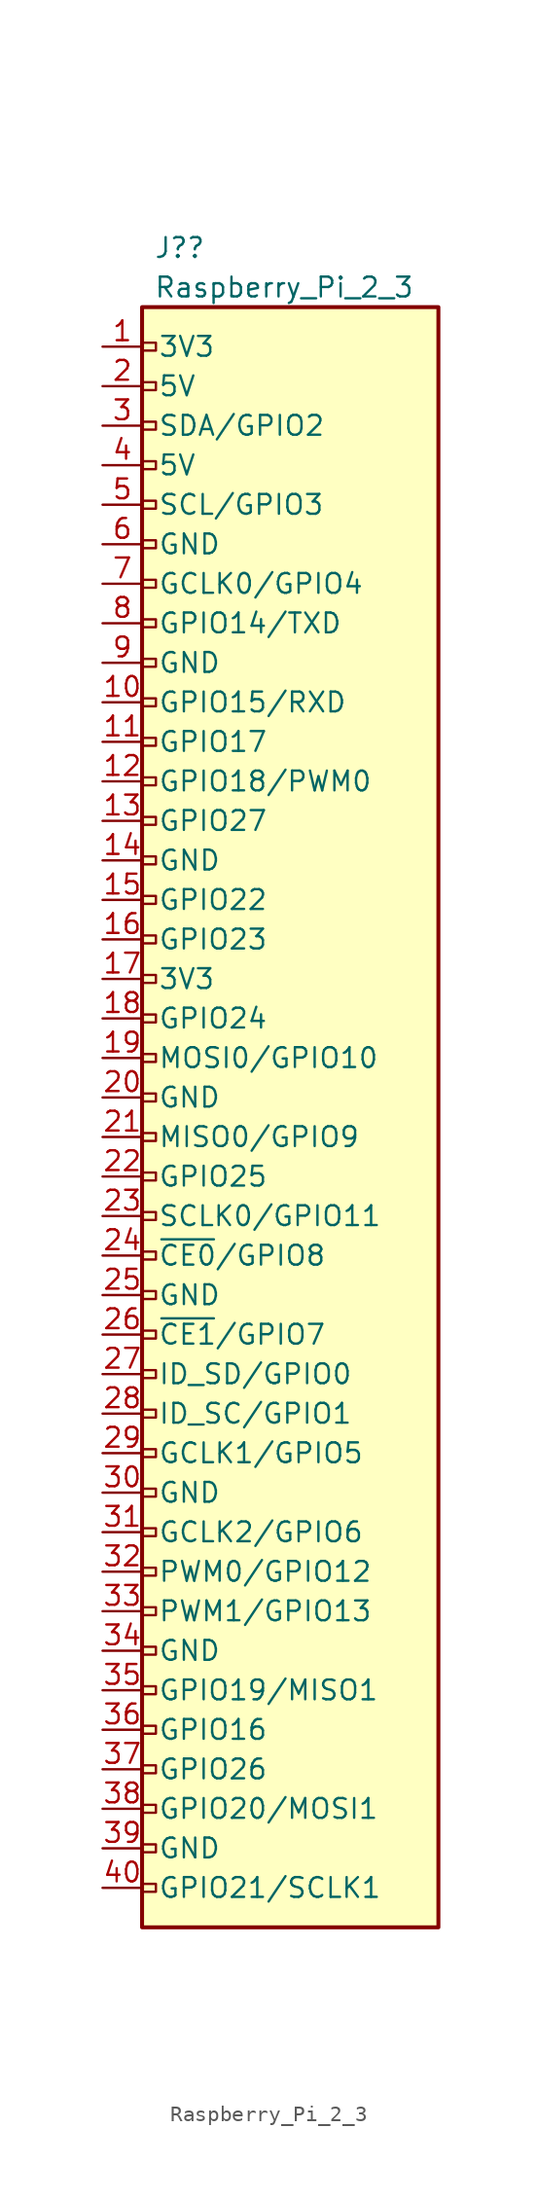
<source format=kicad_sym>
(kicad_symbol_lib
  (version 20211014)
  (generator kicad_symbol_editor)
  (symbol "Raspberry_Pi_2_3"
    (pin_names
      (offset 1.016))
    (property "Reference" "J?"
      (at -56.401 41.91 0)
      (effects (font (size 1.27 1.27)) (justify left)))
    (property "Value" "Raspberry_Pi_2_3"
      (at -56.401 39.37 0)
      (effects (font (size 1.27 1.27)) (justify left)))
    (symbol "Raspberry_Pi_2_3_0_1"
      (rectangle (start -57.15 38.1) (end -38.1 -66.04) (stroke (width 0.254) (type default) (color 0 0 0 0)) (fill (type background))))
    (symbol "Raspberry_Pi_2_3_1_1"
      (rectangle (start -57.15 -45.974) (end -56.261 -45.466) (stroke (width 0) (type default) (color 0 0 0 0)) (fill (type none)))
      (rectangle (start -57.15 -43.434) (end -56.261 -42.926) (stroke (width 0) (type default) (color 0 0 0 0)) (fill (type none)))
      (rectangle (start -57.15 -40.894) (end -56.261 -40.386) (stroke (width 0) (type default) (color 0 0 0 0)) (fill (type none)))
      (rectangle (start -57.15 -35.814) (end -56.261 -35.306) (stroke (width 0) (type default) (color 0 0 0 0)) (fill (type none)))
      (rectangle (start -57.15 -33.274) (end -56.261 -32.766) (stroke (width 0) (type default) (color 0 0 0 0)) (fill (type none)))
      (rectangle (start -57.15 -30.734) (end -56.261 -30.226) (stroke (width 0) (type default) (color 0 0 0 0)) (fill (type none)))
      (rectangle (start -57.15 -28.194) (end -56.261 -27.686) (stroke (width 0) (type default) (color 0 0 0 0)) (fill (type none)))
      (rectangle (start -57.15 -23.114) (end -56.261 -22.606) (stroke (width 0) (type default) (color 0 0 0 0)) (fill (type none)))
      (rectangle (start -57.15 -20.574) (end -56.261 -20.066) (stroke (width 0) (type default) (color 0 0 0 0)) (fill (type none)))
      (rectangle (start -57.15 -15.494) (end -56.261 -14.986) (stroke (width 0) (type default) (color 0 0 0 0)) (fill (type none)))
      (rectangle (start -57.15 -10.414) (end -56.261 -9.906) (stroke (width 0) (type default) (color 0 0 0 0)) (fill (type none)))
      (rectangle (start -57.15 -5.334) (end -56.261 -4.826) (stroke (width 0) (type default) (color 0 0 0 0)) (fill (type none)))
      (rectangle (start -57.15 20.066) (end -56.261 20.574) (stroke (width 0) (type default) (color 0 0 0 0)) (fill (type none)))
      (rectangle (start -57.15 25.146) (end -56.261 25.654) (stroke (width 0) (type default) (color 0 0 0 0)) (fill (type none)))
      (rectangle (start -57.15 27.686) (end -56.261 28.194) (stroke (width 0) (type default) (color 0 0 0 0)) (fill (type none)))
      (rectangle (start -57.15 30.226) (end -56.261 30.734) (stroke (width 0) (type default) (color 0 0 0 0)) (fill (type none)))
      (rectangle (start -57.15 32.766) (end -56.261 33.274) (stroke (width 0) (type default) (color 0 0 0 0)) (fill (type none)))
      (rectangle (start -57.15 35.306) (end -56.261 35.814) (stroke (width 0) (type default) (color 0 0 0 0)) (fill (type none)))
      (rectangle (start -56.261 -63.246) (end -57.15 -63.754) (stroke (width 0) (type default) (color 0 0 0 0)) (fill (type none)))
      (rectangle (start -56.261 -60.706) (end -57.15 -61.214) (stroke (width 0) (type default) (color 0 0 0 0)) (fill (type none)))
      (rectangle (start -56.261 -58.166) (end -57.15 -58.674) (stroke (width 0) (type default) (color 0 0 0 0)) (fill (type none)))
      (rectangle (start -56.261 -55.626) (end -57.15 -56.134) (stroke (width 0) (type default) (color 0 0 0 0)) (fill (type none)))
      (rectangle (start -56.261 -53.086) (end -57.15 -53.594) (stroke (width 0) (type default) (color 0 0 0 0)) (fill (type none)))
      (rectangle (start -56.261 -50.546) (end -57.15 -51.054) (stroke (width 0) (type default) (color 0 0 0 0)) (fill (type none)))
      (rectangle (start -56.261 -48.006) (end -57.15 -48.514) (stroke (width 0) (type default) (color 0 0 0 0)) (fill (type none)))
      (rectangle (start -56.261 -37.846) (end -57.15 -38.354) (stroke (width 0) (type default) (color 0 0 0 0)) (fill (type none)))
      (rectangle (start -56.261 -25.146) (end -57.15 -25.654) (stroke (width 0) (type default) (color 0 0 0 0)) (fill (type none)))
      (rectangle (start -56.261 -17.526) (end -57.15 -18.034) (stroke (width 0) (type default) (color 0 0 0 0)) (fill (type none)))
      (rectangle (start -56.261 -12.446) (end -57.15 -12.954) (stroke (width 0) (type default) (color 0 0 0 0)) (fill (type none)))
      (rectangle (start -56.261 -7.366) (end -57.15 -7.874) (stroke (width 0) (type default) (color 0 0 0 0)) (fill (type none)))
      (rectangle (start -56.261 -2.286) (end -57.15 -2.794) (stroke (width 0) (type default) (color 0 0 0 0)) (fill (type none)))
      (rectangle (start -56.261 0.254) (end -57.15 -0.254) (stroke (width 0) (type default) (color 0 0 0 0)) (fill (type none)))
      (rectangle (start -56.261 2.794) (end -57.15 2.286) (stroke (width 0) (type default) (color 0 0 0 0)) (fill (type none)))
      (rectangle (start -56.261 5.334) (end -57.15 4.826) (stroke (width 0) (type default) (color 0 0 0 0)) (fill (type none)))
      (rectangle (start -56.261 7.874) (end -57.15 7.366) (stroke (width 0) (type default) (color 0 0 0 0)) (fill (type none)))
      (rectangle (start -56.261 10.414) (end -57.15 9.906) (stroke (width 0) (type default) (color 0 0 0 0)) (fill (type none)))
      (rectangle (start -56.261 12.954) (end -57.15 12.446) (stroke (width 0) (type default) (color 0 0 0 0)) (fill (type none)))
      (rectangle (start -56.261 15.494) (end -57.15 14.986) (stroke (width 0) (type default) (color 0 0 0 0)) (fill (type none)))
      (rectangle (start -56.261 18.034) (end -57.15 17.526) (stroke (width 0) (type default) (color 0 0 0 0)) (fill (type none)))
      (rectangle (start -56.261 23.114) (end -57.15 22.606) (stroke (width 0) (type default) (color 0 0 0 0)) (fill (type none)))
      (pin power_out line (at -59.69 35.56 0) (length 2.54) (name "3V3" (effects (font (size 1.27 1.27)))) (number "1" (effects (font (size 1.27 1.27)))))
      (pin bidirectional line (at -59.69 12.7 0) (length 2.54) (name "GPIO15/RXD" (effects (font (size 1.27 1.27)))) (number "10" (effects (font (size 1.27 1.27)))))
      (pin bidirectional line (at -59.69 10.16 0) (length 2.54) (name "GPIO17" (effects (font (size 1.27 1.27)))) (number "11" (effects (font (size 1.27 1.27)))))
      (pin bidirectional line (at -59.69 7.62 0) (length 2.54) (name "GPIO18/PWM0" (effects (font (size 1.27 1.27)))) (number "12" (effects (font (size 1.27 1.27)))))
      (pin bidirectional line (at -59.69 5.08 0) (length 2.54) (name "GPIO27" (effects (font (size 1.27 1.27)))) (number "13" (effects (font (size 1.27 1.27)))))
      (pin passive line (at -59.69 2.54 0) (length 2.54) (name "GND" (effects (font (size 1.27 1.27)))) (number "14" (effects (font (size 1.27 1.27)))))
      (pin bidirectional line (at -59.69 0 0) (length 2.54) (name "GPIO22" (effects (font (size 1.27 1.27)))) (number "15" (effects (font (size 1.27 1.27)))))
      (pin bidirectional line (at -59.69 -2.54 0) (length 2.54) (name "GPIO23" (effects (font (size 1.27 1.27)))) (number "16" (effects (font (size 1.27 1.27)))))
      (pin passive line (at -59.69 -5.08 0) (length 2.54) (name "3V3" (effects (font (size 1.27 1.27)))) (number "17" (effects (font (size 1.27 1.27)))))
      (pin bidirectional line (at -59.69 -7.62 0) (length 2.54) (name "GPIO24" (effects (font (size 1.27 1.27)))) (number "18" (effects (font (size 1.27 1.27)))))
      (pin bidirectional line (at -59.69 -10.16 0) (length 2.54) (name "MOSI0/GPIO10" (effects (font (size 1.27 1.27)))) (number "19" (effects (font (size 1.27 1.27)))))
      (pin power_in line (at -59.69 33.02 0) (length 2.54) (name "5V" (effects (font (size 1.27 1.27)))) (number "2" (effects (font (size 1.27 1.27)))))
      (pin passive line (at -59.69 -12.7 0) (length 2.54) (name "GND" (effects (font (size 1.27 1.27)))) (number "20" (effects (font (size 1.27 1.27)))))
      (pin bidirectional line (at -59.69 -15.24 0) (length 2.54) (name "MISO0/GPIO9" (effects (font (size 1.27 1.27)))) (number "21" (effects (font (size 1.27 1.27)))))
      (pin bidirectional line (at -59.69 -17.78 0) (length 2.54) (name "GPIO25" (effects (font (size 1.27 1.27)))) (number "22" (effects (font (size 1.27 1.27)))))
      (pin bidirectional line (at -59.69 -20.32 0) (length 2.54) (name "SCLK0/GPIO11" (effects (font (size 1.27 1.27)))) (number "23" (effects (font (size 1.27 1.27)))))
      (pin bidirectional line (at -59.69 -22.86 0) (length 2.54) (name "~{CE0}/GPIO8" (effects (font (size 1.27 1.27)))) (number "24" (effects (font (size 1.27 1.27)))))
      (pin passive line (at -59.69 -25.4 0) (length 2.54) (name "GND" (effects (font (size 1.27 1.27)))) (number "25" (effects (font (size 1.27 1.27)))))
      (pin bidirectional line (at -59.69 -27.94 0) (length 2.54) (name "~{CE1}/GPIO7" (effects (font (size 1.27 1.27)))) (number "26" (effects (font (size 1.27 1.27)))))
      (pin bidirectional line (at -59.69 -30.48 0) (length 2.54) (name "ID_SD/GPIO0" (effects (font (size 1.27 1.27)))) (number "27" (effects (font (size 1.27 1.27)))))
      (pin bidirectional line (at -59.69 -33.02 0) (length 2.54) (name "ID_SC/GPIO1" (effects (font (size 1.27 1.27)))) (number "28" (effects (font (size 1.27 1.27)))))
      (pin bidirectional line (at -59.69 -35.56 0) (length 2.54) (name "GCLK1/GPIO5" (effects (font (size 1.27 1.27)))) (number "29" (effects (font (size 1.27 1.27)))))
      (pin bidirectional line (at -59.69 30.48 0) (length 2.54) (name "SDA/GPIO2" (effects (font (size 1.27 1.27)))) (number "3" (effects (font (size 1.27 1.27)))))
      (pin passive line (at -59.69 -38.1 0) (length 2.54) (name "GND" (effects (font (size 1.27 1.27)))) (number "30" (effects (font (size 1.27 1.27)))))
      (pin bidirectional line (at -59.69 -40.64 0) (length 2.54) (name "GCLK2/GPIO6" (effects (font (size 1.27 1.27)))) (number "31" (effects (font (size 1.27 1.27)))))
      (pin bidirectional line (at -59.69 -43.18 0) (length 2.54) (name "PWM0/GPIO12" (effects (font (size 1.27 1.27)))) (number "32" (effects (font (size 1.27 1.27)))))
      (pin bidirectional line (at -59.69 -45.72 0) (length 2.54) (name "PWM1/GPIO13" (effects (font (size 1.27 1.27)))) (number "33" (effects (font (size 1.27 1.27)))))
      (pin passive line (at -59.69 -48.26 0) (length 2.54) (name "GND" (effects (font (size 1.27 1.27)))) (number "34" (effects (font (size 1.27 1.27)))))
      (pin bidirectional line (at -59.69 -50.8 0) (length 2.54) (name "GPIO19/MISO1" (effects (font (size 1.27 1.27)))) (number "35" (effects (font (size 1.27 1.27)))))
      (pin bidirectional line (at -59.69 -53.34 0) (length 2.54) (name "GPIO16" (effects (font (size 1.27 1.27)))) (number "36" (effects (font (size 1.27 1.27)))))
      (pin bidirectional line (at -59.69 -55.88 0) (length 2.54) (name "GPIO26" (effects (font (size 1.27 1.27)))) (number "37" (effects (font (size 1.27 1.27)))))
      (pin bidirectional line (at -59.69 -58.42 0) (length 2.54) (name "GPIO20/MOSI1" (effects (font (size 1.27 1.27)))) (number "38" (effects (font (size 1.27 1.27)))))
      (pin passive line (at -59.69 -60.96 0) (length 2.54) (name "GND" (effects (font (size 1.27 1.27)))) (number "39" (effects (font (size 1.27 1.27)))))
      (pin passive line (at -59.69 27.94 0) (length 2.54) (name "5V" (effects (font (size 1.27 1.27)))) (number "4" (effects (font (size 1.27 1.27)))))
      (pin bidirectional line (at -59.69 -63.5 0) (length 2.54) (name "GPIO21/SCLK1" (effects (font (size 1.27 1.27)))) (number "40" (effects (font (size 1.27 1.27)))))
      (pin bidirectional line (at -59.69 25.4 0) (length 2.54) (name "SCL/GPIO3" (effects (font (size 1.27 1.27)))) (number "5" (effects (font (size 1.27 1.27)))))
      (pin passive line (at -59.69 22.86 0) (length 2.54) (name "GND" (effects (font (size 1.27 1.27)))) (number "6" (effects (font (size 1.27 1.27)))))
      (pin bidirectional line (at -59.69 20.32 0) (length 2.54) (name "GCLK0/GPIO4" (effects (font (size 1.27 1.27)))) (number "7" (effects (font (size 1.27 1.27)))))
      (pin bidirectional line (at -59.69 17.78 0) (length 2.54) (name "GPIO14/TXD" (effects (font (size 1.27 1.27)))) (number "8" (effects (font (size 1.27 1.27)))))
      (pin passive line (at -59.69 15.24 0) (length 2.54) (name "GND" (effects (font (size 1.27 1.27)))) (number "9" (effects (font (size 1.27 1.27))))))))
</source>
